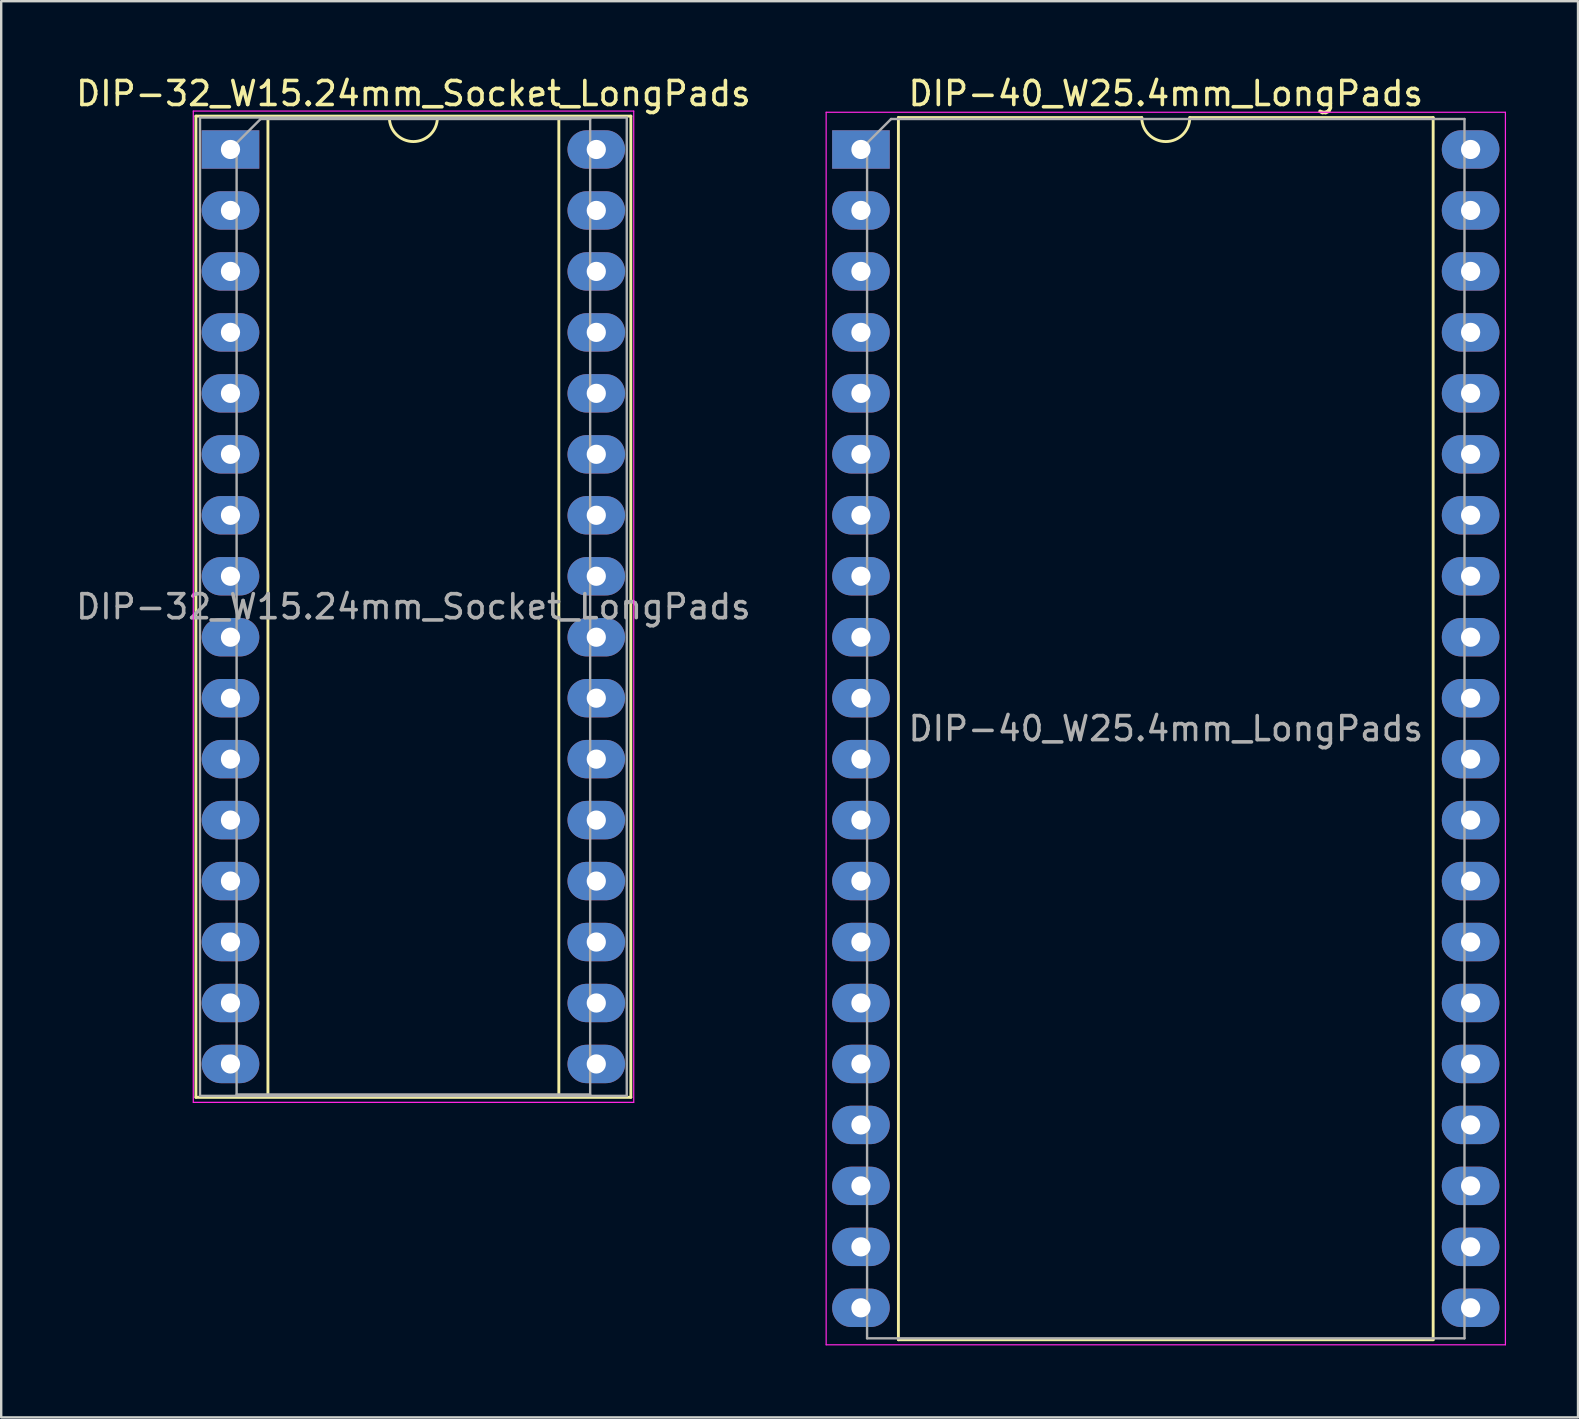
<source format=kicad_pcb>
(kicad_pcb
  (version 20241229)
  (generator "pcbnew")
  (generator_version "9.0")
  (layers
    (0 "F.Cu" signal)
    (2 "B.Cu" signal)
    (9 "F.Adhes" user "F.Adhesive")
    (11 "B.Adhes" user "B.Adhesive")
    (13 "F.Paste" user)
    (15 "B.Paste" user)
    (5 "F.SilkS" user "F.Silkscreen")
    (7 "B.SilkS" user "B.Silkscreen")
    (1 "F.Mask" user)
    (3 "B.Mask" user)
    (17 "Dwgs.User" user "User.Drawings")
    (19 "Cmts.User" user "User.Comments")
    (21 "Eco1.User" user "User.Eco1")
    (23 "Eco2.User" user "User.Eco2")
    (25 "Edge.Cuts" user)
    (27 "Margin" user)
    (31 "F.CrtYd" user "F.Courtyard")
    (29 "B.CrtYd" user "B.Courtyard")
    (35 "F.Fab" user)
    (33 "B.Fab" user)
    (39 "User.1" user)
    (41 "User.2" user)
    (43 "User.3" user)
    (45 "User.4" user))
  (footprint "DIP-40_W25.4mm_LongPads"
    (layer "F.Cu")
    (at 32.82 3.178)
    (property "Reference" "DIP-40_W25.4mm_LongPads" (at 12.7 -2.33 0) (layer "F.SilkS") (effects (font (size 1 1) (thickness 0.15))))
    (attr through_hole)
    (fp_line (start 1.56 -1.33) (end 1.56 49.59) (stroke (width 0.12) (type solid)) (layer "F.SilkS"))
    (fp_line (start 1.56 49.59) (end 23.84 49.59) (stroke (width 0.12) (type solid)) (layer "F.SilkS"))
    (fp_line (start 11.7 -1.33) (end 1.56 -1.33) (stroke (width 0.12) (type solid)) (layer "F.SilkS"))
    (fp_line (start 23.84 -1.33) (end 13.7 -1.33) (stroke (width 0.12) (type solid)) (layer "F.SilkS"))
    (fp_line (start 23.84 49.59) (end 23.84 -1.33) (stroke (width 0.12) (type solid)) (layer "F.SilkS"))
    (fp_arc (start 13.7 -1.33) (mid 12.7 -0.33) (end 11.7 -1.33) (stroke (width 0.12) (type solid)) (layer "F.SilkS"))
    (fp_line (start -1.45 -1.55) (end -1.45 49.8) (stroke (width 0.05) (type solid)) (layer "F.CrtYd"))
    (fp_line (start -1.45 49.8) (end 26.85 49.8) (stroke (width 0.05) (type solid)) (layer "F.CrtYd"))
    (fp_line (start 26.85 -1.55) (end -1.45 -1.55) (stroke (width 0.05) (type solid)) (layer "F.CrtYd"))
    (fp_line (start 26.85 49.8) (end 26.85 -1.55) (stroke (width 0.05) (type solid)) (layer "F.CrtYd"))
    (fp_line (start 0.255 -0.27) (end 1.255 -1.27) (stroke (width 0.1) (type solid)) (layer "F.Fab"))
    (fp_line (start 0.255 49.53) (end 0.255 -0.27) (stroke (width 0.1) (type solid)) (layer "F.Fab"))
    (fp_line (start 1.255 -1.27) (end 25.145 -1.27) (stroke (width 0.1) (type solid)) (layer "F.Fab"))
    (fp_line (start 25.145 -1.27) (end 25.145 49.53) (stroke (width 0.1) (type solid)) (layer "F.Fab"))
    (fp_line (start 25.145 49.53) (end 0.255 49.53) (stroke (width 0.1) (type solid)) (layer "F.Fab"))
    (fp_text user "${REFERENCE}" (at 12.7 24.13 0) (layer "F.Fab") (effects (font (size 1 1) (thickness 0.15))))
    (pad "1" thru_hole rect (at 0 0) (size 2.4 1.6) (drill 0.8) (layers "*.Cu" "*.Mask"))
    (pad "2" thru_hole oval (at 0 2.54) (size 2.4 1.6) (drill 0.8) (layers "*.Cu" "*.Mask"))
    (pad "3" thru_hole oval (at 0 5.08) (size 2.4 1.6) (drill 0.8) (layers "*.Cu" "*.Mask"))
    (pad "4" thru_hole oval (at 0 7.62) (size 2.4 1.6) (drill 0.8) (layers "*.Cu" "*.Mask"))
    (pad "5" thru_hole oval (at 0 10.16) (size 2.4 1.6) (drill 0.8) (layers "*.Cu" "*.Mask"))
    (pad "6" thru_hole oval (at 0 12.7) (size 2.4 1.6) (drill 0.8) (layers "*.Cu" "*.Mask"))
    (pad "7" thru_hole oval (at 0 15.24) (size 2.4 1.6) (drill 0.8) (layers "*.Cu" "*.Mask"))
    (pad "8" thru_hole oval (at 0 17.78) (size 2.4 1.6) (drill 0.8) (layers "*.Cu" "*.Mask"))
    (pad "9" thru_hole oval (at 0 20.32) (size 2.4 1.6) (drill 0.8) (layers "*.Cu" "*.Mask"))
    (pad "10" thru_hole oval (at 0 22.86) (size 2.4 1.6) (drill 0.8) (layers "*.Cu" "*.Mask"))
    (pad "11" thru_hole oval (at 0 25.4) (size 2.4 1.6) (drill 0.8) (layers "*.Cu" "*.Mask"))
    (pad "12" thru_hole oval (at 0 27.94) (size 2.4 1.6) (drill 0.8) (layers "*.Cu" "*.Mask"))
    (pad "13" thru_hole oval (at 0 30.48) (size 2.4 1.6) (drill 0.8) (layers "*.Cu" "*.Mask"))
    (pad "14" thru_hole oval (at 0 33.02) (size 2.4 1.6) (drill 0.8) (layers "*.Cu" "*.Mask"))
    (pad "15" thru_hole oval (at 0 35.56) (size 2.4 1.6) (drill 0.8) (layers "*.Cu" "*.Mask"))
    (pad "16" thru_hole oval (at 0 38.1) (size 2.4 1.6) (drill 0.8) (layers "*.Cu" "*.Mask"))
    (pad "17" thru_hole oval (at 0 40.64) (size 2.4 1.6) (drill 0.8) (layers "*.Cu" "*.Mask"))
    (pad "18" thru_hole oval (at 0 43.18) (size 2.4 1.6) (drill 0.8) (layers "*.Cu" "*.Mask"))
    (pad "19" thru_hole oval (at 0 45.72) (size 2.4 1.6) (drill 0.8) (layers "*.Cu" "*.Mask"))
    (pad "20" thru_hole oval (at 0 48.26) (size 2.4 1.6) (drill 0.8) (layers "*.Cu" "*.Mask"))
    (pad "21" thru_hole oval (at 25.4 48.26) (size 2.4 1.6) (drill 0.8) (layers "*.Cu" "*.Mask"))
    (pad "22" thru_hole oval (at 25.4 45.72) (size 2.4 1.6) (drill 0.8) (layers "*.Cu" "*.Mask"))
    (pad "23" thru_hole oval (at 25.4 43.18) (size 2.4 1.6) (drill 0.8) (layers "*.Cu" "*.Mask"))
    (pad "24" thru_hole oval (at 25.4 40.64) (size 2.4 1.6) (drill 0.8) (layers "*.Cu" "*.Mask"))
    (pad "25" thru_hole oval (at 25.4 38.1) (size 2.4 1.6) (drill 0.8) (layers "*.Cu" "*.Mask"))
    (pad "26" thru_hole oval (at 25.4 35.56) (size 2.4 1.6) (drill 0.8) (layers "*.Cu" "*.Mask"))
    (pad "27" thru_hole oval (at 25.4 33.02) (size 2.4 1.6) (drill 0.8) (layers "*.Cu" "*.Mask"))
    (pad "28" thru_hole oval (at 25.4 30.48) (size 2.4 1.6) (drill 0.8) (layers "*.Cu" "*.Mask"))
    (pad "29" thru_hole oval (at 25.4 27.94) (size 2.4 1.6) (drill 0.8) (layers "*.Cu" "*.Mask"))
    (pad "30" thru_hole oval (at 25.4 25.4) (size 2.4 1.6) (drill 0.8) (layers "*.Cu" "*.Mask"))
    (pad "31" thru_hole oval (at 25.4 22.86) (size 2.4 1.6) (drill 0.8) (layers "*.Cu" "*.Mask"))
    (pad "32" thru_hole oval (at 25.4 20.32) (size 2.4 1.6) (drill 0.8) (layers "*.Cu" "*.Mask"))
    (pad "33" thru_hole oval (at 25.4 17.78) (size 2.4 1.6) (drill 0.8) (layers "*.Cu" "*.Mask"))
    (pad "34" thru_hole oval (at 25.4 15.24) (size 2.4 1.6) (drill 0.8) (layers "*.Cu" "*.Mask"))
    (pad "35" thru_hole oval (at 25.4 12.7) (size 2.4 1.6) (drill 0.8) (layers "*.Cu" "*.Mask"))
    (pad "36" thru_hole oval (at 25.4 10.16) (size 2.4 1.6) (drill 0.8) (layers "*.Cu" "*.Mask"))
    (pad "37" thru_hole oval (at 25.4 7.62) (size 2.4 1.6) (drill 0.8) (layers "*.Cu" "*.Mask"))
    (pad "38" thru_hole oval (at 25.4 5.08) (size 2.4 1.6) (drill 0.8) (layers "*.Cu" "*.Mask"))
    (pad "39" thru_hole oval (at 25.4 2.54) (size 2.4 1.6) (drill 0.8) (layers "*.Cu" "*.Mask"))
    (pad "40" thru_hole oval (at 25.4 0) (size 2.4 1.6) (drill 0.8) (layers "*.Cu" "*.Mask")))
  (footprint "DIP-32_W15.24mm_Socket_LongPads"
    (layer "F.Cu")
    (at 6.553 3.178)
    (property "Reference" "DIP-32_W15.24mm_Socket_LongPads" (at 7.62 -2.33 0) (layer "F.SilkS") (effects (font (size 1 1) (thickness 0.15))))
    (attr through_hole)
    (fp_line (start -1.44 -1.39) (end -1.44 39.49) (stroke (width 0.12) (type solid)) (layer "F.SilkS"))
    (fp_line (start -1.44 39.49) (end 16.68 39.49) (stroke (width 0.12) (type solid)) (layer "F.SilkS"))
    (fp_line (start 1.56 -1.33) (end 1.56 39.43) (stroke (width 0.12) (type solid)) (layer "F.SilkS"))
    (fp_line (start 1.56 39.43) (end 13.68 39.43) (stroke (width 0.12) (type solid)) (layer "F.SilkS"))
    (fp_line (start 6.62 -1.33) (end 1.56 -1.33) (stroke (width 0.12) (type solid)) (layer "F.SilkS"))
    (fp_line (start 13.68 -1.33) (end 8.62 -1.33) (stroke (width 0.12) (type solid)) (layer "F.SilkS"))
    (fp_line (start 13.68 39.43) (end 13.68 -1.33) (stroke (width 0.12) (type solid)) (layer "F.SilkS"))
    (fp_line (start 16.68 -1.39) (end -1.44 -1.39) (stroke (width 0.12) (type solid)) (layer "F.SilkS"))
    (fp_line (start 16.68 39.49) (end 16.68 -1.39) (stroke (width 0.12) (type solid)) (layer "F.SilkS"))
    (fp_arc (start 8.62 -1.33) (mid 7.62 -0.33) (end 6.62 -1.33) (stroke (width 0.12) (type solid)) (layer "F.SilkS"))
    (fp_line (start -1.55 -1.6) (end -1.55 39.7) (stroke (width 0.05) (type solid)) (layer "F.CrtYd"))
    (fp_line (start -1.55 39.7) (end 16.8 39.7) (stroke (width 0.05) (type solid)) (layer "F.CrtYd"))
    (fp_line (start 16.8 -1.6) (end -1.55 -1.6) (stroke (width 0.05) (type solid)) (layer "F.CrtYd"))
    (fp_line (start 16.8 39.7) (end 16.8 -1.6) (stroke (width 0.05) (type solid)) (layer "F.CrtYd"))
    (fp_line (start -1.27 -1.33) (end -1.27 39.43) (stroke (width 0.1) (type solid)) (layer "F.Fab"))
    (fp_line (start -1.27 39.43) (end 16.51 39.43) (stroke (width 0.1) (type solid)) (layer "F.Fab"))
    (fp_line (start 0.255 -0.27) (end 1.255 -1.27) (stroke (width 0.1) (type solid)) (layer "F.Fab"))
    (fp_line (start 0.255 39.37) (end 0.255 -0.27) (stroke (width 0.1) (type solid)) (layer "F.Fab"))
    (fp_line (start 1.255 -1.27) (end 14.985 -1.27) (stroke (width 0.1) (type solid)) (layer "F.Fab"))
    (fp_line (start 14.985 -1.27) (end 14.985 39.37) (stroke (width 0.1) (type solid)) (layer "F.Fab"))
    (fp_line (start 14.985 39.37) (end 0.255 39.37) (stroke (width 0.1) (type solid)) (layer "F.Fab"))
    (fp_line (start 16.51 -1.33) (end -1.27 -1.33) (stroke (width 0.1) (type solid)) (layer "F.Fab"))
    (fp_line (start 16.51 39.43) (end 16.51 -1.33) (stroke (width 0.1) (type solid)) (layer "F.Fab"))
    (fp_text user "${REFERENCE}" (at 7.62 19.05 0) (layer "F.Fab") (effects (font (size 1 1) (thickness 0.15))))
    (pad "1" thru_hole rect (at 0 0) (size 2.4 1.6) (drill 0.8) (layers "*.Cu" "*.Mask"))
    (pad "2" thru_hole oval (at 0 2.54) (size 2.4 1.6) (drill 0.8) (layers "*.Cu" "*.Mask"))
    (pad "3" thru_hole oval (at 0 5.08) (size 2.4 1.6) (drill 0.8) (layers "*.Cu" "*.Mask"))
    (pad "4" thru_hole oval (at 0 7.62) (size 2.4 1.6) (drill 0.8) (layers "*.Cu" "*.Mask"))
    (pad "5" thru_hole oval (at 0 10.16) (size 2.4 1.6) (drill 0.8) (layers "*.Cu" "*.Mask"))
    (pad "6" thru_hole oval (at 0 12.7) (size 2.4 1.6) (drill 0.8) (layers "*.Cu" "*.Mask"))
    (pad "7" thru_hole oval (at 0 15.24) (size 2.4 1.6) (drill 0.8) (layers "*.Cu" "*.Mask"))
    (pad "8" thru_hole oval (at 0 17.78) (size 2.4 1.6) (drill 0.8) (layers "*.Cu" "*.Mask"))
    (pad "9" thru_hole oval (at 0 20.32) (size 2.4 1.6) (drill 0.8) (layers "*.Cu" "*.Mask"))
    (pad "10" thru_hole oval (at 0 22.86) (size 2.4 1.6) (drill 0.8) (layers "*.Cu" "*.Mask"))
    (pad "11" thru_hole oval (at 0 25.4) (size 2.4 1.6) (drill 0.8) (layers "*.Cu" "*.Mask"))
    (pad "12" thru_hole oval (at 0 27.94) (size 2.4 1.6) (drill 0.8) (layers "*.Cu" "*.Mask"))
    (pad "13" thru_hole oval (at 0 30.48) (size 2.4 1.6) (drill 0.8) (layers "*.Cu" "*.Mask"))
    (pad "14" thru_hole oval (at 0 33.02) (size 2.4 1.6) (drill 0.8) (layers "*.Cu" "*.Mask"))
    (pad "15" thru_hole oval (at 0 35.56) (size 2.4 1.6) (drill 0.8) (layers "*.Cu" "*.Mask"))
    (pad "16" thru_hole oval (at 0 38.1) (size 2.4 1.6) (drill 0.8) (layers "*.Cu" "*.Mask"))
    (pad "17" thru_hole oval (at 15.24 38.1) (size 2.4 1.6) (drill 0.8) (layers "*.Cu" "*.Mask"))
    (pad "18" thru_hole oval (at 15.24 35.56) (size 2.4 1.6) (drill 0.8) (layers "*.Cu" "*.Mask"))
    (pad "19" thru_hole oval (at 15.24 33.02) (size 2.4 1.6) (drill 0.8) (layers "*.Cu" "*.Mask"))
    (pad "20" thru_hole oval (at 15.24 30.48) (size 2.4 1.6) (drill 0.8) (layers "*.Cu" "*.Mask"))
    (pad "21" thru_hole oval (at 15.24 27.94) (size 2.4 1.6) (drill 0.8) (layers "*.Cu" "*.Mask"))
    (pad "22" thru_hole oval (at 15.24 25.4) (size 2.4 1.6) (drill 0.8) (layers "*.Cu" "*.Mask"))
    (pad "23" thru_hole oval (at 15.24 22.86) (size 2.4 1.6) (drill 0.8) (layers "*.Cu" "*.Mask"))
    (pad "24" thru_hole oval (at 15.24 20.32) (size 2.4 1.6) (drill 0.8) (layers "*.Cu" "*.Mask"))
    (pad "25" thru_hole oval (at 15.24 17.78) (size 2.4 1.6) (drill 0.8) (layers "*.Cu" "*.Mask"))
    (pad "26" thru_hole oval (at 15.24 15.24) (size 2.4 1.6) (drill 0.8) (layers "*.Cu" "*.Mask"))
    (pad "27" thru_hole oval (at 15.24 12.7) (size 2.4 1.6) (drill 0.8) (layers "*.Cu" "*.Mask"))
    (pad "28" thru_hole oval (at 15.24 10.16) (size 2.4 1.6) (drill 0.8) (layers "*.Cu" "*.Mask"))
    (pad "29" thru_hole oval (at 15.24 7.62) (size 2.4 1.6) (drill 0.8) (layers "*.Cu" "*.Mask"))
    (pad "30" thru_hole oval (at 15.24 5.08) (size 2.4 1.6) (drill 0.8) (layers "*.Cu" "*.Mask"))
    (pad "31" thru_hole oval (at 15.24 2.54) (size 2.4 1.6) (drill 0.8) (layers "*.Cu" "*.Mask"))
    (pad "32" thru_hole oval (at 15.24 0) (size 2.4 1.6) (drill 0.8) (layers "*.Cu" "*.Mask")))
  (gr_rect
    (start -3 -3)
    (end 62.695 56.003)
    (stroke (width 0.1) (type default))
    (fill no)
    (layer "Edge.Cuts")))
</source>
